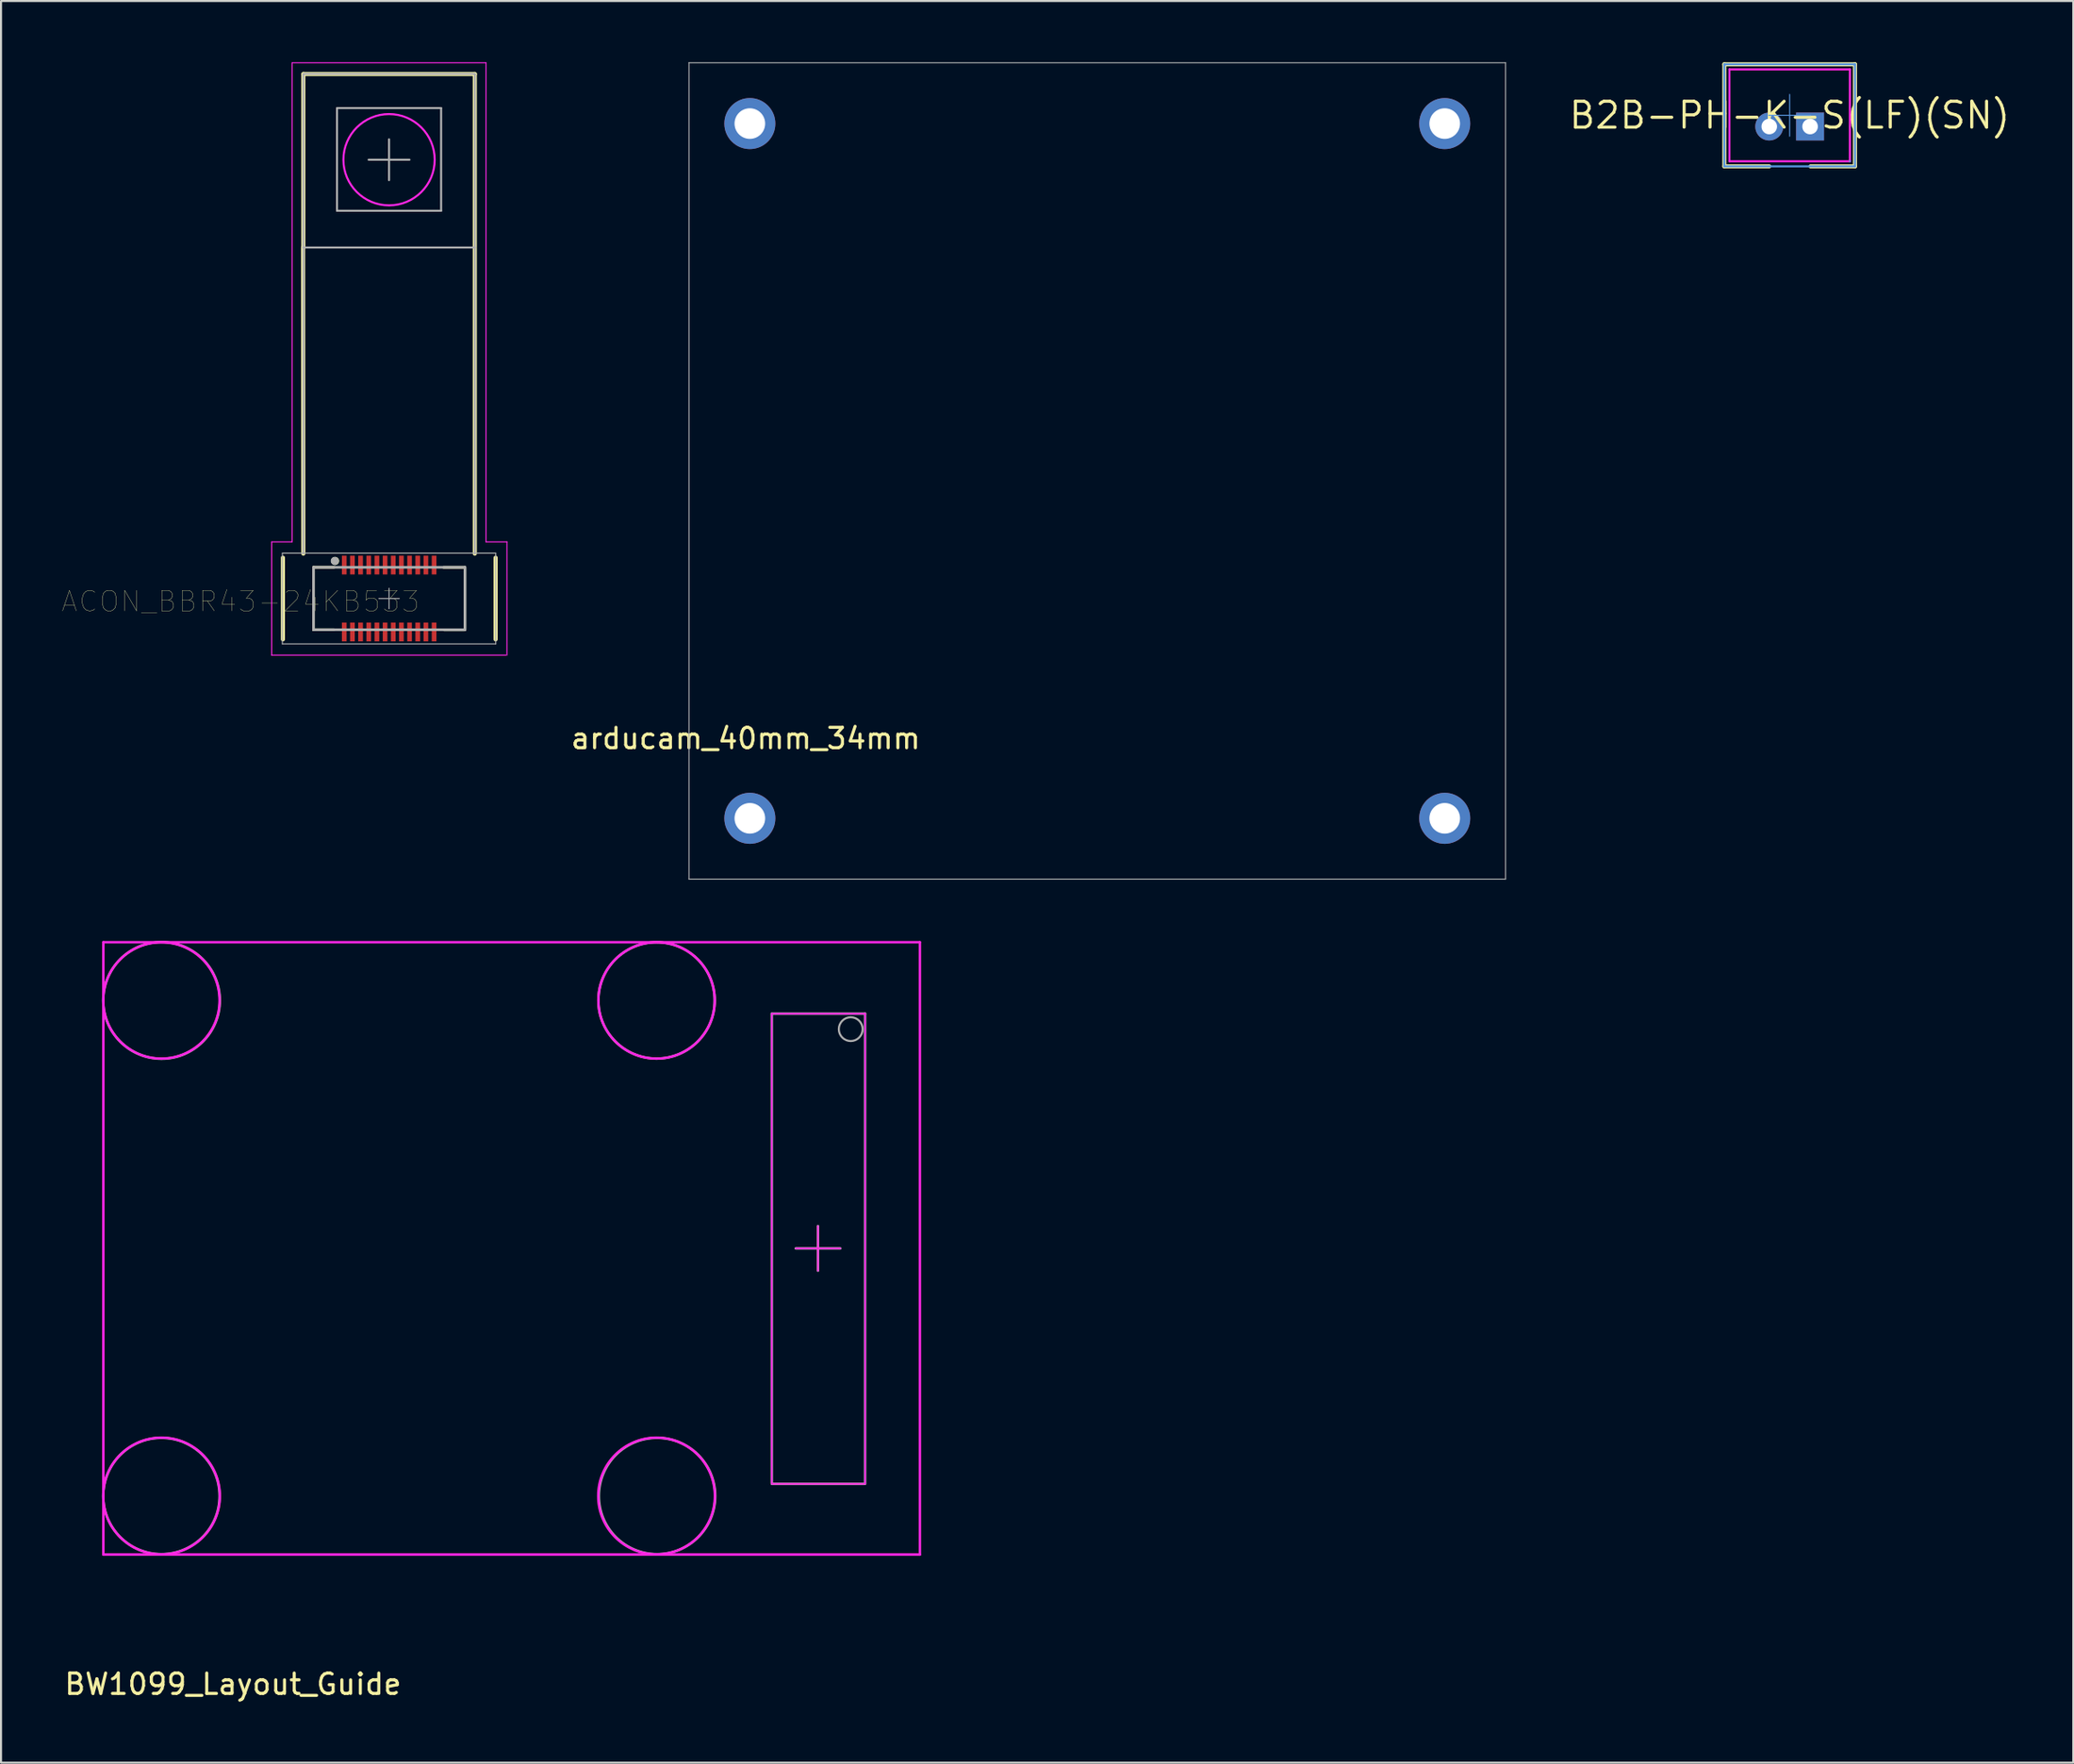
<source format=kicad_pcb>
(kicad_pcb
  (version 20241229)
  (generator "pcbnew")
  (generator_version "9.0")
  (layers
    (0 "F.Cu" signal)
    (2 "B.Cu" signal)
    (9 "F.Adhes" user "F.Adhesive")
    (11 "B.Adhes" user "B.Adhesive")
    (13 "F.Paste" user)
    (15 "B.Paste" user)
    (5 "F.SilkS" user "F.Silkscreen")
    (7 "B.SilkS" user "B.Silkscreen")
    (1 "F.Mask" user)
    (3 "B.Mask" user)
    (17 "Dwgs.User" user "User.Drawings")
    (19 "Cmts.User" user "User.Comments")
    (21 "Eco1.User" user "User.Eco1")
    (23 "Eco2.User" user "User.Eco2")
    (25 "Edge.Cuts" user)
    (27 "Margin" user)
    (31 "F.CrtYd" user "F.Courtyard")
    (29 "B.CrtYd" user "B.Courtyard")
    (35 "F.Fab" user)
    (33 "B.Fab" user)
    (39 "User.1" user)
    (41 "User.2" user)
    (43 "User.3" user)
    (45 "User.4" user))
  (footprint "BW1099_Layout_Guide"
    (layer "F.Cu")
    (at 22.013 58.118)
    (property "Reference" "BW1099_Layout_Guide" (at -13.65 21.35 0) (layer "F.SilkS") (effects (font (size 1 1) (thickness 0.15))))
    (attr through_hole)
    (fp_line (start -20 -15) (end -20 15) (stroke (width 0.12) (type solid)) (layer "F.CrtYd"))
    (fp_line (start -20 15) (end 20 15) (stroke (width 0.12) (type solid)) (layer "F.CrtYd"))
    (fp_line (start 12.744 -11.489) (end 12.744 11.511) (stroke (width 0.08) (type solid)) (layer "F.CrtYd"))
    (fp_line (start 12.75 11.537) (end 17.25 11.537) (stroke (width 0.08) (type solid)) (layer "F.CrtYd"))
    (fp_line (start 15.007 -1.092) (end 15.007 1.092) (stroke (width 0.08) (type solid)) (layer "F.CrtYd"))
    (fp_line (start 16.104 0) (end 13.919 0) (stroke (width 0.08) (type solid)) (layer "F.CrtYd"))
    (fp_line (start 17.316 -11.501) (end 12.744 -11.501) (stroke (width 0.08) (type solid)) (layer "F.CrtYd"))
    (fp_line (start 17.316 11.537) (end 17.316 -11.501) (stroke (width 0.08) (type solid)) (layer "F.CrtYd"))
    (fp_line (start 20 -15) (end -20 -15) (stroke (width 0.12) (type solid)) (layer "F.CrtYd"))
    (fp_line (start 20 15) (end 20 -15) (stroke (width 0.12) (type solid)) (layer "F.CrtYd"))
    (fp_circle (center -17.157 -12.15) (end -14.307 -12.15) (stroke (width 0.12) (type solid)) (fill no) (layer "F.CrtYd"))
    (fp_circle (center -17.15 12.132) (end -14.292 12.132) (stroke (width 0.12) (type solid)) (fill no) (layer "F.CrtYd"))
    (fp_circle (center 7.1 -12.15) (end 9.95 -12.15) (stroke (width 0.12) (type solid)) (fill no) (layer "F.CrtYd"))
    (fp_circle (center 7.1 12.132) (end 9.958 12.132) (stroke (width 0.12) (type solid)) (fill no) (layer "F.CrtYd"))
    (fp_line (start 12.744 -11.489) (end 12.744 11.511) (stroke (width 0.12) (type solid)) (layer "F.Fab"))
    (fp_line (start 12.75 11.537) (end 17.25 11.537) (stroke (width 0.12) (type solid)) (layer "F.Fab"))
    (fp_line (start 15.007 -1.092) (end 15.007 1.092) (stroke (width 0.12) (type solid)) (layer "F.Fab"))
    (fp_line (start 16.104 0) (end 13.919 0) (stroke (width 0.12) (type solid)) (layer "F.Fab"))
    (fp_line (start 17.316 -11.501) (end 12.744 -11.501) (stroke (width 0.12) (type solid)) (layer "F.Fab"))
    (fp_line (start 17.316 11.537) (end 17.316 -11.501) (stroke (width 0.12) (type solid)) (layer "F.Fab"))
    (fp_circle (center -17.157 12.132) (end -14.307 12.132) (stroke (width 0.12) (type solid)) (fill no) (layer "F.Fab"))
    (fp_circle (center -17.15 -12.15) (end -14.292 -12.15) (stroke (width 0.12) (type solid)) (fill no) (layer "F.Fab"))
    (fp_circle (center 7.1 -12.15) (end 9.95 -12.15) (stroke (width 0.12) (type solid)) (fill no) (layer "F.Fab"))
    (fp_circle (center 7.125 12.132) (end 9.975 12.132) (stroke (width 0.12) (type solid)) (fill no) (layer "F.Fab"))
    (fp_circle (center 16.612 -10.743) (end 17.195 -10.743) (stroke (width 0.1) (type solid)) (fill no) (layer "F.Fab")))
  (footprint "B2B-PH-K-S(LF)(SN)"
    (layer "F.Cu")
    (at 84.621 2.6)
    (property "Reference" "B2B-PH-K-S(LF)(SN)" (at 0 0 0) (layer "F.SilkS") (effects (font (size 1.27 1.27) (thickness 0.15))))
    (attr through_hole)
    (fp_line (start -3.2 -2.5) (end 3.2 -2.5) (stroke (width 0.2) (type solid)) (layer "F.SilkS"))
    (fp_line (start -3.2 2.5) (end -3.2 -2.5) (stroke (width 0.2) (type solid)) (layer "F.SilkS"))
    (fp_line (start -3.2 2.5) (end -1 2.5) (stroke (width 0.2) (type solid)) (layer "F.SilkS"))
    (fp_line (start 1.024 2.5) (end 3.2 2.5) (stroke (width 0.2) (type solid)) (layer "F.SilkS"))
    (fp_line (start 3.2 2.5) (end 3.2 -2.5) (stroke (width 0.2) (type solid)) (layer "F.SilkS"))
    (fp_line (start -3.2 -2.5) (end 3.2 -2.5) (stroke (width 0.05) (type solid)) (layer "Cmts.User"))
    (fp_line (start -3.2 -2.5) (end 3.2 -2.5) (stroke (width 0.1) (type solid)) (layer "Cmts.User"))
    (fp_line (start -3.2 2.5) (end -3.2 -2.5) (stroke (width 0.05) (type solid)) (layer "Cmts.User"))
    (fp_line (start -3.2 2.5) (end -3.2 -2.5) (stroke (width 0.1) (type solid)) (layer "Cmts.User"))
    (fp_line (start -3.2 2.5) (end 3.2 2.5) (stroke (width 0.05) (type solid)) (layer "Cmts.User"))
    (fp_line (start -3.2 2.5) (end 3.2 2.5) (stroke (width 0.1) (type solid)) (layer "Cmts.User"))
    (fp_line (start -1.024 0) (end 0 0) (stroke (width 0.05) (type solid)) (layer "Cmts.User"))
    (fp_line (start 0 0) (end 0 -1.024) (stroke (width 0.05) (type solid)) (layer "Cmts.User"))
    (fp_line (start 0 0) (end 1.024 0) (stroke (width 0.05) (type solid)) (layer "Cmts.User"))
    (fp_line (start 0 1.024) (end 0 0) (stroke (width 0.05) (type solid)) (layer "Cmts.User"))
    (fp_line (start 2.95 2.25) (end 2.95 2.25) (stroke (width 0.1) (type solid)) (layer "Cmts.User"))
    (fp_line (start 3.2 2.5) (end 3.2 -2.5) (stroke (width 0.05) (type solid)) (layer "Cmts.User"))
    (fp_line (start 3.2 2.5) (end 3.2 -2.5) (stroke (width 0.1) (type solid)) (layer "Cmts.User"))
    (fp_line (start -2.95 -2.25) (end 2.95 -2.25) (stroke (width 0.1) (type solid)) (layer "F.CrtYd"))
    (fp_line (start -2.95 2.25) (end -2.95 -2.25) (stroke (width 0.1) (type solid)) (layer "F.CrtYd"))
    (fp_line (start -2.95 2.25) (end 2.95 2.25) (stroke (width 0.1) (type solid)) (layer "F.CrtYd"))
    (fp_line (start 2.95 2.25) (end 2.95 -2.25) (stroke (width 0.1) (type solid)) (layer "F.CrtYd"))
    (pad "1" thru_hole circle (at -1 0.55) (size 1.368 1.368) (drill 0.762) (layers "*.Cu" "*.Mask"))
    (pad "2" thru_hole rect (at 1 0.55) (size 1.368 1.368) (drill 0.762) (layers "*.Cu" "*.Mask")))
  (footprint "arducam_40mm_34mm"
    (layer "F.Cu")
    (at 50.703 20.025)
    (property "Reference" "arducam_40mm_34mm" (at -17.221 13.106 0) (layer "F.SilkS") (effects (font (size 1 1) (thickness 0.15))))
    (attr through_hole)
    (fp_line (start -20 -20) (end 20 -20) (stroke (width 0.05) (type solid)) (layer "F.Fab"))
    (fp_line (start -20 20) (end -20 -20) (stroke (width 0.05) (type solid)) (layer "F.Fab"))
    (fp_line (start 20 -20) (end 20 20) (stroke (width 0.05) (type solid)) (layer "F.Fab"))
    (fp_line (start 20 20) (end -20 20) (stroke (width 0.05) (type solid)) (layer "F.Fab"))
    (pad "2" thru_hole circle (at 17.02 -17.02) (size 2.5 2.5) (drill 1.5) (layers "*.Cu" "*.Mask"))
    (pad "3" thru_hole circle (at -17.02 -17.02) (size 2.5 2.5) (drill 1.5) (layers "*.Cu" "*.Mask"))
    (pad "4" thru_hole circle (at 17.02 17.02) (size 2.5 2.5) (drill 1.5) (layers "*.Cu" "*.Mask"))
    (pad "5" thru_hole circle (at -17.02 17.02) (size 2.5 2.5) (drill 1.5) (layers "*.Cu" "*.Mask")))
  (footprint "ACON_BBR43-24KB533"
    (layer "F.Cu")
    (at 16.009 26.276)
    (property "Reference" "ACON_BBR43-24KB533" (at -7.277 0.14 0) (layer "F.SilkS") (effects (font (size 1 1) (thickness 0.015))))
    (attr through_hole)
    (fp_line (start -5.2 -2) (end -5.2 2) (stroke (width 0.2) (type solid)) (layer "F.SilkS"))
    (fp_line (start -4.212 -17.2) (end -4.2 -2.2) (stroke (width 0.2) (type solid)) (layer "F.SilkS"))
    (fp_line (start -4.2 -17.2) (end -4.2 -25.7) (stroke (width 0.2) (type solid)) (layer "F.SilkS"))
    (fp_line (start -4.191 -25.7) (end 4.204 -25.7) (stroke (width 0.2) (type solid)) (layer "F.SilkS"))
    (fp_line (start -3.7 -1.53) (end -2.695 -1.53) (stroke (width 0.127) (type solid)) (layer "F.SilkS"))
    (fp_line (start -3.7 1.53) (end -3.7 -1.53) (stroke (width 0.127) (type solid)) (layer "F.SilkS"))
    (fp_line (start -3.7 1.53) (end -2.695 1.53) (stroke (width 0.127) (type solid)) (layer "F.SilkS"))
    (fp_line (start 3.678 -1.524) (end 2.673 -1.524) (stroke (width 0.127) (type solid)) (layer "F.SilkS"))
    (fp_line (start 3.705 1.537) (end 2.7 1.537) (stroke (width 0.127) (type solid)) (layer "F.SilkS"))
    (fp_line (start 3.72 -1.53) (end 3.72 1.53) (stroke (width 0.127) (type solid)) (layer "F.SilkS"))
    (fp_line (start 4.2 -25.692) (end 4.2 -2.2) (stroke (width 0.2) (type solid)) (layer "F.SilkS"))
    (fp_line (start 5.22 -2) (end 5.22 2) (stroke (width 0.2) (type solid)) (layer "F.SilkS"))
    (fp_circle (center -2.645 -1.841) (end -2.545 -1.841) (stroke (width 0.2) (type solid)) (fill no) (layer "F.SilkS"))
    (fp_line (start -5.753 -2.775) (end -4.763 -2.775) (stroke (width 0.05) (type solid)) (layer "F.CrtYd"))
    (fp_line (start -5.75 2.781) (end -5.75 -2.769) (stroke (width 0.05) (type solid)) (layer "F.CrtYd"))
    (fp_line (start -4.75 -2.775) (end -4.75 -26.238) (stroke (width 0.05) (type solid)) (layer "F.CrtYd"))
    (fp_line (start -4.75 -26.25) (end 4.737 -26.25) (stroke (width 0.05) (type solid)) (layer "F.CrtYd"))
    (fp_line (start 4.75 -2.775) (end 5.775 -2.775) (stroke (width 0.05) (type solid)) (layer "F.CrtYd"))
    (fp_line (start 4.75 -26.251) (end 4.75 -2.775) (stroke (width 0.05) (type solid)) (layer "F.CrtYd"))
    (fp_line (start 5.728 2.775) (end -5.753 2.775) (stroke (width 0.05) (type solid)) (layer "F.CrtYd"))
    (fp_line (start 5.775 -2.775) (end 5.775 2.775) (stroke (width 0.05) (type solid)) (layer "F.CrtYd"))
    (fp_circle (center 0 -21.5) (end 2.236 -21.5) (stroke (width 0.1) (type solid)) (fill no) (layer "F.CrtYd"))
    (fp_line (start -5.225 -2.223) (end 5.225 -2.223) (stroke (width 0.05) (type solid)) (layer "F.Fab"))
    (fp_line (start -5.225 2.223) (end -5.225 -2.223) (stroke (width 0.05) (type solid)) (layer "F.Fab"))
    (fp_line (start -4.195 -17.205) (end -4.195 -25.705) (stroke (width 0.1) (type solid)) (layer "F.Fab"))
    (fp_line (start -4.195 -17.205) (end -4.195 -2.205) (stroke (width 0.1) (type solid)) (layer "F.Fab"))
    (fp_line (start -4.186 -25.705) (end 4.209 -25.705) (stroke (width 0.1) (type solid)) (layer "F.Fab"))
    (fp_line (start -3.7 -1.53) (end 3.716 -1.53) (stroke (width 0.127) (type solid)) (layer "F.Fab"))
    (fp_line (start -3.7 1.53) (end -3.7 -1.53) (stroke (width 0.127) (type solid)) (layer "F.Fab"))
    (fp_line (start -2.55 -24.018) (end -2.55 -19) (stroke (width 0.1) (type solid)) (layer "F.Fab"))
    (fp_line (start -2.55 -19) (end 2.55 -19) (stroke (width 0.1) (type solid)) (layer "F.Fab"))
    (fp_line (start 0 -22.5) (end 0 -20.5) (stroke (width 0.1) (type solid)) (layer "F.Fab"))
    (fp_line (start 0 -0.5) (end 0 0.5) (stroke (width 0.05) (type solid)) (layer "F.Fab"))
    (fp_line (start 0.5 0) (end -0.5 0) (stroke (width 0.05) (type solid)) (layer "F.Fab"))
    (fp_line (start 1 -21.5) (end -1 -21.5) (stroke (width 0.1) (type solid)) (layer "F.Fab"))
    (fp_line (start 2.55 -24.03) (end -2.55 -24.03) (stroke (width 0.1) (type solid)) (layer "F.Fab"))
    (fp_line (start 2.55 -19) (end 2.55 -24.023) (stroke (width 0.1) (type solid)) (layer "F.Fab"))
    (fp_line (start 3.716 1.53) (end -3.7 1.53) (stroke (width 0.127) (type solid)) (layer "F.Fab"))
    (fp_line (start 3.72 -1.53) (end 3.72 1.53) (stroke (width 0.127) (type solid)) (layer "F.Fab"))
    (fp_line (start 4.205 -25.697) (end 4.205 -2.205) (stroke (width 0.1) (type solid)) (layer "F.Fab"))
    (fp_line (start 4.214 -17.2) (end -4.212 -17.2) (stroke (width 0.1) (type solid)) (layer "F.Fab"))
    (fp_line (start 5.225 -2.223) (end 5.225 2.223) (stroke (width 0.05) (type solid)) (layer "F.Fab"))
    (fp_line (start 5.225 2.223) (end -5.225 2.223) (stroke (width 0.05) (type solid)) (layer "F.Fab"))
    (fp_circle (center -2.659 -1.841) (end -2.559 -1.841) (stroke (width 0.2) (type solid)) (fill no) (layer "F.Fab"))
    (pad "1" smd rect (at -2.195 -1.64) (size 0.23 0.92) (layers "F.Cu" "F.Mask" "F.Paste"))
    (pad "2" smd rect (at -1.795 -1.64) (size 0.23 0.92) (layers "F.Cu" "F.Mask" "F.Paste"))
    (pad "3" smd rect (at -1.395 -1.64) (size 0.23 0.92) (layers "F.Cu" "F.Mask" "F.Paste"))
    (pad "4" smd rect (at -0.995 -1.64) (size 0.23 0.92) (layers "F.Cu" "F.Mask" "F.Paste"))
    (pad "5" smd rect (at -0.595 -1.64) (size 0.23 0.92) (layers "F.Cu" "F.Mask" "F.Paste"))
    (pad "6" smd rect (at -0.195 -1.64) (size 0.23 0.92) (layers "F.Cu" "F.Mask" "F.Paste"))
    (pad "7" smd rect (at 0.205 -1.64) (size 0.23 0.92) (layers "F.Cu" "F.Mask" "F.Paste"))
    (pad "8" smd rect (at 0.605 -1.64) (size 0.23 0.92) (layers "F.Cu" "F.Mask" "F.Paste"))
    (pad "9" smd rect (at 1.005 -1.64) (size 0.23 0.92) (layers "F.Cu" "F.Mask" "F.Paste"))
    (pad "10" smd rect (at 1.405 -1.64) (size 0.23 0.92) (layers "F.Cu" "F.Mask" "F.Paste"))
    (pad "11" smd rect (at 1.805 -1.64) (size 0.23 0.92) (layers "F.Cu" "F.Mask" "F.Paste"))
    (pad "12" smd rect (at 2.205 -1.64) (size 0.23 0.92) (layers "F.Cu" "F.Mask" "F.Paste"))
    (pad "13" smd rect (at 2.205 1.64) (size 0.23 0.92) (layers "F.Cu" "F.Mask" "F.Paste"))
    (pad "14" smd rect (at 1.805 1.64) (size 0.23 0.92) (layers "F.Cu" "F.Mask" "F.Paste"))
    (pad "15" smd rect (at 1.405 1.64) (size 0.23 0.92) (layers "F.Cu" "F.Mask" "F.Paste"))
    (pad "16" smd rect (at 1.005 1.64) (size 0.23 0.92) (layers "F.Cu" "F.Mask" "F.Paste"))
    (pad "17" smd rect (at 0.605 1.64 180) (size 0.23 0.92) (layers "F.Cu" "F.Mask" "F.Paste"))
    (pad "18" smd rect (at 0.205 1.64) (size 0.23 0.92) (layers "F.Cu" "F.Mask" "F.Paste"))
    (pad "19" smd rect (at -0.195 1.64) (size 0.23 0.92) (layers "F.Cu" "F.Mask" "F.Paste"))
    (pad "20" smd rect (at -0.595 1.64) (size 0.23 0.92) (layers "F.Cu" "F.Mask" "F.Paste"))
    (pad "21" smd rect (at -0.995 1.64) (size 0.23 0.92) (layers "F.Cu" "F.Mask" "F.Paste"))
    (pad "22" smd rect (at -1.395 1.64) (size 0.23 0.92) (layers "F.Cu" "F.Mask" "F.Paste"))
    (pad "23" smd rect (at -1.795 1.64) (size 0.23 0.92) (layers "F.Cu" "F.Mask" "F.Paste"))
    (pad "24" smd rect (at -2.195 1.64) (size 0.23 0.92) (layers "F.Cu" "F.Mask" "F.Paste")))
  (gr_rect
    (start -3 -3)
    (end 98.514 83.316)
    (stroke (width 0.1) (type default))
    (fill no)
    (layer "Edge.Cuts")))
</source>
